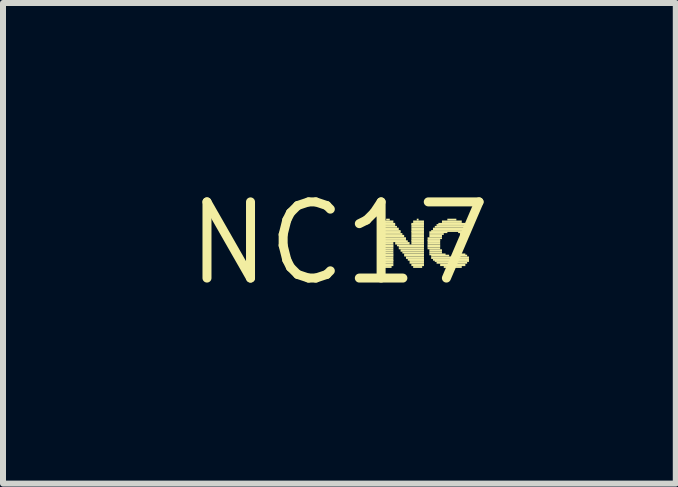
<source format=kicad_pcb>
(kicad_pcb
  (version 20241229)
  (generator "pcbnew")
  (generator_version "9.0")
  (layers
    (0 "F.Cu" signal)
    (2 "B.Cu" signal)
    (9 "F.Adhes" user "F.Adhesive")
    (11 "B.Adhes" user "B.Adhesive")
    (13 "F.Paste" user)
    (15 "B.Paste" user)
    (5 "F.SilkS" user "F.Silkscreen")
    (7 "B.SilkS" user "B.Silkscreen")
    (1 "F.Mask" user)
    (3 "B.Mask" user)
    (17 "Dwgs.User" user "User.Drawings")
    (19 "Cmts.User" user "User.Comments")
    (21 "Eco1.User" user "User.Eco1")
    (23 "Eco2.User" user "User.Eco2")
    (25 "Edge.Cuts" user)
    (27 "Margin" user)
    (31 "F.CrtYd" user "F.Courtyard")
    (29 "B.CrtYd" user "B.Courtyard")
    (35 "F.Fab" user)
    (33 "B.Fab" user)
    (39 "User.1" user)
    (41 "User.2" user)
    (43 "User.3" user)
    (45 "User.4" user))
  (footprint "NC17"
    (layer "F.Cu")
    (at 2.608 1.006)
    (property "Reference" "NC17" (at 0 0 0) (layer "F.SilkS") (effects (font (size 1.27 1.27) (thickness 0.15))))
    (attr through_hole)
    (fp_poly (pts (xy 0.72 -0.34) (xy 0.9 -0.34) (xy 0.9 -0.38) (xy 0.72 -0.38)) (stroke (width 0) (type solid)) (fill yes) (layer "F.SilkS"))
    (fp_poly (pts (xy 0.72 -0.31) (xy 0.93 -0.31) (xy 0.93 -0.34) (xy 0.72 -0.34)) (stroke (width 0) (type solid)) (fill yes) (layer "F.SilkS"))
    (fp_poly (pts (xy 0.72 -0.29) (xy 0.93 -0.29) (xy 0.93 -0.32) (xy 0.72 -0.32)) (stroke (width 0) (type solid)) (fill yes) (layer "F.SilkS"))
    (fp_poly (pts (xy 0.72 -0.26) (xy 0.96 -0.26) (xy 0.96 -0.29) (xy 0.72 -0.29)) (stroke (width 0) (type solid)) (fill yes) (layer "F.SilkS"))
    (fp_poly (pts (xy 0.72 -0.22) (xy 0.99 -0.22) (xy 0.99 -0.26) (xy 0.72 -0.26)) (stroke (width 0) (type solid)) (fill yes) (layer "F.SilkS"))
    (fp_poly (pts (xy 0.72 -0.19) (xy 1.02 -0.19) (xy 1.02 -0.22) (xy 0.72 -0.22)) (stroke (width 0) (type solid)) (fill yes) (layer "F.SilkS"))
    (fp_poly (pts (xy 0.72 -0.17) (xy 1.02 -0.17) (xy 1.02 -0.2) (xy 0.72 -0.2)) (stroke (width 0) (type solid)) (fill yes) (layer "F.SilkS"))
    (fp_poly (pts (xy 0.72 -0.14) (xy 1.05 -0.14) (xy 1.05 -0.17) (xy 0.72 -0.17)) (stroke (width 0) (type solid)) (fill yes) (layer "F.SilkS"))
    (fp_poly (pts (xy 0.72 -0.1) (xy 1.08 -0.1) (xy 1.08 -0.14) (xy 0.72 -0.14)) (stroke (width 0) (type solid)) (fill yes) (layer "F.SilkS"))
    (fp_poly (pts (xy 0.72 -0.07) (xy 1.11 -0.07) (xy 1.11 -0.1) (xy 0.72 -0.1)) (stroke (width 0) (type solid)) (fill yes) (layer "F.SilkS"))
    (fp_poly (pts (xy 0.72 -0.04) (xy 1.11 -0.04) (xy 1.11 -0.07) (xy 0.72 -0.07)) (stroke (width 0) (type solid)) (fill yes) (layer "F.SilkS"))
    (fp_poly (pts (xy 0.72 -0.02) (xy 1.14 -0.02) (xy 1.14 -0.05) (xy 0.72 -0.05)) (stroke (width 0) (type solid)) (fill yes) (layer "F.SilkS"))
    (fp_poly (pts (xy 0.72 0.02) (xy 0.9 0.02) (xy 0.9 -0.02) (xy 0.72 -0.02)) (stroke (width 0) (type solid)) (fill yes) (layer "F.SilkS"))
    (fp_poly (pts (xy 0.72 0.05) (xy 0.9 0.05) (xy 0.9 0.02) (xy 0.72 0.02)) (stroke (width 0) (type solid)) (fill yes) (layer "F.SilkS"))
    (fp_poly (pts (xy 0.72 0.07) (xy 0.9 0.07) (xy 0.9 0.04) (xy 0.72 0.04)) (stroke (width 0) (type solid)) (fill yes) (layer "F.SilkS"))
    (fp_poly (pts (xy 0.72 0.1) (xy 0.9 0.1) (xy 0.9 0.07) (xy 0.72 0.07)) (stroke (width 0) (type solid)) (fill yes) (layer "F.SilkS"))
    (fp_poly (pts (xy 0.72 0.14) (xy 0.9 0.14) (xy 0.9 0.1) (xy 0.72 0.1)) (stroke (width 0) (type solid)) (fill yes) (layer "F.SilkS"))
    (fp_poly (pts (xy 0.72 0.17) (xy 0.9 0.17) (xy 0.9 0.14) (xy 0.72 0.14)) (stroke (width 0) (type solid)) (fill yes) (layer "F.SilkS"))
    (fp_poly (pts (xy 0.72 0.2) (xy 0.9 0.2) (xy 0.9 0.17) (xy 0.72 0.17)) (stroke (width 0) (type solid)) (fill yes) (layer "F.SilkS"))
    (fp_poly (pts (xy 0.72 0.22) (xy 0.9 0.22) (xy 0.9 0.19) (xy 0.72 0.19)) (stroke (width 0) (type solid)) (fill yes) (layer "F.SilkS"))
    (fp_poly (pts (xy 0.72 0.26) (xy 0.9 0.26) (xy 0.9 0.22) (xy 0.72 0.22)) (stroke (width 0) (type solid)) (fill yes) (layer "F.SilkS"))
    (fp_poly (pts (xy 0.72 0.29) (xy 0.9 0.29) (xy 0.9 0.26) (xy 0.72 0.26)) (stroke (width 0) (type solid)) (fill yes) (layer "F.SilkS"))
    (fp_poly (pts (xy 0.72 0.31) (xy 0.9 0.31) (xy 0.9 0.28) (xy 0.72 0.28)) (stroke (width 0) (type solid)) (fill yes) (layer "F.SilkS"))
    (fp_poly (pts (xy 0.72 0.34) (xy 0.9 0.34) (xy 0.9 0.31) (xy 0.72 0.31)) (stroke (width 0) (type solid)) (fill yes) (layer "F.SilkS"))
    (fp_poly (pts (xy 0.72 0.38) (xy 0.9 0.38) (xy 0.9 0.34) (xy 0.72 0.34)) (stroke (width 0) (type solid)) (fill yes) (layer "F.SilkS"))
    (fp_poly (pts (xy 0.72 0.41) (xy 0.87 0.41) (xy 0.87 0.38) (xy 0.72 0.38)) (stroke (width 0) (type solid)) (fill yes) (layer "F.SilkS"))
    (fp_poly (pts (xy 0.78 -0.38) (xy 0.84 -0.38) (xy 0.84 -0.41) (xy 0.78 -0.41)) (stroke (width 0) (type solid)) (fill yes) (layer "F.SilkS"))
    (fp_poly (pts (xy 0.93 0.02) (xy 1.17 0.02) (xy 1.17 -0.02) (xy 0.93 -0.02)) (stroke (width 0) (type solid)) (fill yes) (layer "F.SilkS"))
    (fp_poly (pts (xy 0.96 0.05) (xy 1.41 0.05) (xy 1.41 0.02) (xy 0.96 0.02)) (stroke (width 0) (type solid)) (fill yes) (layer "F.SilkS"))
    (fp_poly (pts (xy 0.99 0.07) (xy 1.41 0.07) (xy 1.41 0.04) (xy 0.99 0.04)) (stroke (width 0) (type solid)) (fill yes) (layer "F.SilkS"))
    (fp_poly (pts (xy 0.99 0.1) (xy 1.41 0.1) (xy 1.41 0.07) (xy 0.99 0.07)) (stroke (width 0) (type solid)) (fill yes) (layer "F.SilkS"))
    (fp_poly (pts (xy 1.02 0.14) (xy 1.41 0.14) (xy 1.41 0.1) (xy 1.02 0.1)) (stroke (width 0) (type solid)) (fill yes) (layer "F.SilkS"))
    (fp_poly (pts (xy 1.05 0.17) (xy 1.41 0.17) (xy 1.41 0.14) (xy 1.05 0.14)) (stroke (width 0) (type solid)) (fill yes) (layer "F.SilkS"))
    (fp_poly (pts (xy 1.08 0.2) (xy 1.41 0.2) (xy 1.41 0.17) (xy 1.08 0.17)) (stroke (width 0) (type solid)) (fill yes) (layer "F.SilkS"))
    (fp_poly (pts (xy 1.08 0.22) (xy 1.41 0.22) (xy 1.41 0.19) (xy 1.08 0.19)) (stroke (width 0) (type solid)) (fill yes) (layer "F.SilkS"))
    (fp_poly (pts (xy 1.11 0.26) (xy 1.41 0.26) (xy 1.41 0.22) (xy 1.11 0.22)) (stroke (width 0) (type solid)) (fill yes) (layer "F.SilkS"))
    (fp_poly (pts (xy 1.14 0.29) (xy 1.41 0.29) (xy 1.41 0.26) (xy 1.14 0.26)) (stroke (width 0) (type solid)) (fill yes) (layer "F.SilkS"))
    (fp_poly (pts (xy 1.17 0.31) (xy 1.41 0.31) (xy 1.41 0.28) (xy 1.17 0.28)) (stroke (width 0) (type solid)) (fill yes) (layer "F.SilkS"))
    (fp_poly (pts (xy 1.17 0.34) (xy 1.41 0.34) (xy 1.41 0.31) (xy 1.17 0.31)) (stroke (width 0) (type solid)) (fill yes) (layer "F.SilkS"))
    (fp_poly (pts (xy 1.2 -0.31) (xy 1.41 -0.31) (xy 1.41 -0.34) (xy 1.2 -0.34)) (stroke (width 0) (type solid)) (fill yes) (layer "F.SilkS"))
    (fp_poly (pts (xy 1.2 -0.29) (xy 1.41 -0.29) (xy 1.41 -0.32) (xy 1.2 -0.32)) (stroke (width 0) (type solid)) (fill yes) (layer "F.SilkS"))
    (fp_poly (pts (xy 1.2 -0.26) (xy 1.41 -0.26) (xy 1.41 -0.29) (xy 1.2 -0.29)) (stroke (width 0) (type solid)) (fill yes) (layer "F.SilkS"))
    (fp_poly (pts (xy 1.2 -0.22) (xy 1.41 -0.22) (xy 1.41 -0.26) (xy 1.2 -0.26)) (stroke (width 0) (type solid)) (fill yes) (layer "F.SilkS"))
    (fp_poly (pts (xy 1.2 -0.19) (xy 1.41 -0.19) (xy 1.41 -0.22) (xy 1.2 -0.22)) (stroke (width 0) (type solid)) (fill yes) (layer "F.SilkS"))
    (fp_poly (pts (xy 1.2 -0.17) (xy 1.41 -0.17) (xy 1.41 -0.2) (xy 1.2 -0.2)) (stroke (width 0) (type solid)) (fill yes) (layer "F.SilkS"))
    (fp_poly (pts (xy 1.2 -0.14) (xy 1.41 -0.14) (xy 1.41 -0.17) (xy 1.2 -0.17)) (stroke (width 0) (type solid)) (fill yes) (layer "F.SilkS"))
    (fp_poly (pts (xy 1.2 -0.1) (xy 1.41 -0.1) (xy 1.41 -0.14) (xy 1.2 -0.14)) (stroke (width 0) (type solid)) (fill yes) (layer "F.SilkS"))
    (fp_poly (pts (xy 1.2 -0.07) (xy 1.41 -0.07) (xy 1.41 -0.1) (xy 1.2 -0.1)) (stroke (width 0) (type solid)) (fill yes) (layer "F.SilkS"))
    (fp_poly (pts (xy 1.2 -0.04) (xy 1.41 -0.04) (xy 1.41 -0.07) (xy 1.2 -0.07)) (stroke (width 0) (type solid)) (fill yes) (layer "F.SilkS"))
    (fp_poly (pts (xy 1.2 -0.02) (xy 1.41 -0.02) (xy 1.41 -0.05) (xy 1.2 -0.05)) (stroke (width 0) (type solid)) (fill yes) (layer "F.SilkS"))
    (fp_poly (pts (xy 1.2 0.02) (xy 1.41 0.02) (xy 1.41 -0.02) (xy 1.2 -0.02)) (stroke (width 0) (type solid)) (fill yes) (layer "F.SilkS"))
    (fp_poly (pts (xy 1.2 0.38) (xy 1.41 0.38) (xy 1.41 0.34) (xy 1.2 0.34)) (stroke (width 0) (type solid)) (fill yes) (layer "F.SilkS"))
    (fp_poly (pts (xy 1.23 -0.34) (xy 1.41 -0.34) (xy 1.41 -0.38) (xy 1.23 -0.38)) (stroke (width 0) (type solid)) (fill yes) (layer "F.SilkS"))
    (fp_poly (pts (xy 1.23 0.41) (xy 1.38 0.41) (xy 1.38 0.38) (xy 1.23 0.38)) (stroke (width 0) (type solid)) (fill yes) (layer "F.SilkS"))
    (fp_poly (pts (xy 1.29 -0.38) (xy 1.32 -0.38) (xy 1.32 -0.41) (xy 1.29 -0.41)) (stroke (width 0) (type solid)) (fill yes) (layer "F.SilkS"))
    (fp_poly (pts (xy 1.47 -0.07) (xy 1.71 -0.07) (xy 1.71 -0.1) (xy 1.47 -0.1)) (stroke (width 0) (type solid)) (fill yes) (layer "F.SilkS"))
    (fp_poly (pts (xy 1.47 -0.04) (xy 1.68 -0.04) (xy 1.68 -0.07) (xy 1.47 -0.07)) (stroke (width 0) (type solid)) (fill yes) (layer "F.SilkS"))
    (fp_poly (pts (xy 1.47 -0.02) (xy 1.68 -0.02) (xy 1.68 -0.05) (xy 1.47 -0.05)) (stroke (width 0) (type solid)) (fill yes) (layer "F.SilkS"))
    (fp_poly (pts (xy 1.47 0.02) (xy 1.68 0.02) (xy 1.68 -0.02) (xy 1.47 -0.02)) (stroke (width 0) (type solid)) (fill yes) (layer "F.SilkS"))
    (fp_poly (pts (xy 1.47 0.05) (xy 1.68 0.05) (xy 1.68 0.02) (xy 1.47 0.02)) (stroke (width 0) (type solid)) (fill yes) (layer "F.SilkS"))
    (fp_poly (pts (xy 1.47 0.07) (xy 1.68 0.07) (xy 1.68 0.04) (xy 1.47 0.04)) (stroke (width 0) (type solid)) (fill yes) (layer "F.SilkS"))
    (fp_poly (pts (xy 1.47 0.1) (xy 1.68 0.1) (xy 1.68 0.07) (xy 1.47 0.07)) (stroke (width 0) (type solid)) (fill yes) (layer "F.SilkS"))
    (fp_poly (pts (xy 1.5 -0.17) (xy 1.8 -0.17) (xy 1.8 -0.2) (xy 1.5 -0.2)) (stroke (width 0) (type solid)) (fill yes) (layer "F.SilkS"))
    (fp_poly (pts (xy 1.5 -0.14) (xy 1.74 -0.14) (xy 1.74 -0.17) (xy 1.5 -0.17)) (stroke (width 0) (type solid)) (fill yes) (layer "F.SilkS"))
    (fp_poly (pts (xy 1.5 -0.1) (xy 1.71 -0.1) (xy 1.71 -0.14) (xy 1.5 -0.14)) (stroke (width 0) (type solid)) (fill yes) (layer "F.SilkS"))
    (fp_poly (pts (xy 1.5 0.14) (xy 1.71 0.14) (xy 1.71 0.1) (xy 1.5 0.1)) (stroke (width 0) (type solid)) (fill yes) (layer "F.SilkS"))
    (fp_poly (pts (xy 1.5 0.17) (xy 1.71 0.17) (xy 1.71 0.14) (xy 1.5 0.14)) (stroke (width 0) (type solid)) (fill yes) (layer "F.SilkS"))
    (fp_poly (pts (xy 1.5 0.2) (xy 1.77 0.2) (xy 1.77 0.17) (xy 1.5 0.17)) (stroke (width 0) (type solid)) (fill yes) (layer "F.SilkS"))
    (fp_poly (pts (xy 1.53 -0.19) (xy 2.16 -0.19) (xy 2.16 -0.22) (xy 1.53 -0.22)) (stroke (width 0) (type solid)) (fill yes) (layer "F.SilkS"))
    (fp_poly (pts (xy 1.53 0.22) (xy 1.83 0.22) (xy 1.83 0.19) (xy 1.53 0.19)) (stroke (width 0) (type solid)) (fill yes) (layer "F.SilkS"))
    (fp_poly (pts (xy 1.53 0.26) (xy 2.16 0.26) (xy 2.16 0.22) (xy 1.53 0.22)) (stroke (width 0) (type solid)) (fill yes) (layer "F.SilkS"))
    (fp_poly (pts (xy 1.56 -0.22) (xy 2.16 -0.22) (xy 2.16 -0.26) (xy 1.56 -0.26)) (stroke (width 0) (type solid)) (fill yes) (layer "F.SilkS"))
    (fp_poly (pts (xy 1.56 0.29) (xy 2.16 0.29) (xy 2.16 0.26) (xy 1.56 0.26)) (stroke (width 0) (type solid)) (fill yes) (layer "F.SilkS"))
    (fp_poly (pts (xy 1.59 -0.26) (xy 2.16 -0.26) (xy 2.16 -0.29) (xy 1.59 -0.29)) (stroke (width 0) (type solid)) (fill yes) (layer "F.SilkS"))
    (fp_poly (pts (xy 1.59 0.31) (xy 2.16 0.31) (xy 2.16 0.28) (xy 1.59 0.28)) (stroke (width 0) (type solid)) (fill yes) (layer "F.SilkS"))
    (fp_poly (pts (xy 1.62 -0.29) (xy 2.16 -0.29) (xy 2.16 -0.32) (xy 1.62 -0.32)) (stroke (width 0) (type solid)) (fill yes) (layer "F.SilkS"))
    (fp_poly (pts (xy 1.62 0.34) (xy 2.13 0.34) (xy 2.13 0.31) (xy 1.62 0.31)) (stroke (width 0) (type solid)) (fill yes) (layer "F.SilkS"))
    (fp_poly (pts (xy 1.65 -0.31) (xy 2.1 -0.31) (xy 2.1 -0.34) (xy 1.65 -0.34)) (stroke (width 0) (type solid)) (fill yes) (layer "F.SilkS"))
    (fp_poly (pts (xy 1.68 0.38) (xy 2.1 0.38) (xy 2.1 0.34) (xy 1.68 0.34)) (stroke (width 0) (type solid)) (fill yes) (layer "F.SilkS"))
    (fp_poly (pts (xy 1.71 -0.34) (xy 2.04 -0.34) (xy 2.04 -0.38) (xy 1.71 -0.38)) (stroke (width 0) (type solid)) (fill yes) (layer "F.SilkS"))
    (fp_poly (pts (xy 1.74 0.41) (xy 2.04 0.41) (xy 2.04 0.38) (xy 1.74 0.38)) (stroke (width 0) (type solid)) (fill yes) (layer "F.SilkS"))
    (fp_poly (pts (xy 1.8 -0.38) (xy 1.95 -0.38) (xy 1.95 -0.41) (xy 1.8 -0.41)) (stroke (width 0) (type solid)) (fill yes) (layer "F.SilkS"))
    (fp_poly (pts (xy 1.86 0.44) (xy 1.92 0.44) (xy 1.92 0.41) (xy 1.86 0.41)) (stroke (width 0) (type solid)) (fill yes) (layer "F.SilkS"))
    (fp_poly (pts (xy 1.95 0.22) (xy 2.13 0.22) (xy 2.13 0.19) (xy 1.95 0.19)) (stroke (width 0) (type solid)) (fill yes) (layer "F.SilkS"))
    (fp_poly (pts (xy 1.98 -0.17) (xy 2.13 -0.17) (xy 2.13 -0.2) (xy 1.98 -0.2)) (stroke (width 0) (type solid)) (fill yes) (layer "F.SilkS"))
    (fp_poly (pts (xy 2.01 -0.14) (xy 2.1 -0.14) (xy 2.1 -0.17) (xy 2.01 -0.17)) (stroke (width 0) (type solid)) (fill yes) (layer "F.SilkS"))
    (fp_poly (pts (xy 2.01 0.2) (xy 2.1 0.2) (xy 2.1 0.17) (xy 2.01 0.17)) (stroke (width 0) (type solid)) (fill yes) (layer "F.SilkS")))
  (gr_rect
    (start -3 -3)
    (end 8.216 5.012)
    (stroke (width 0.1) (type default))
    (fill no)
    (layer "Edge.Cuts")))
</source>
